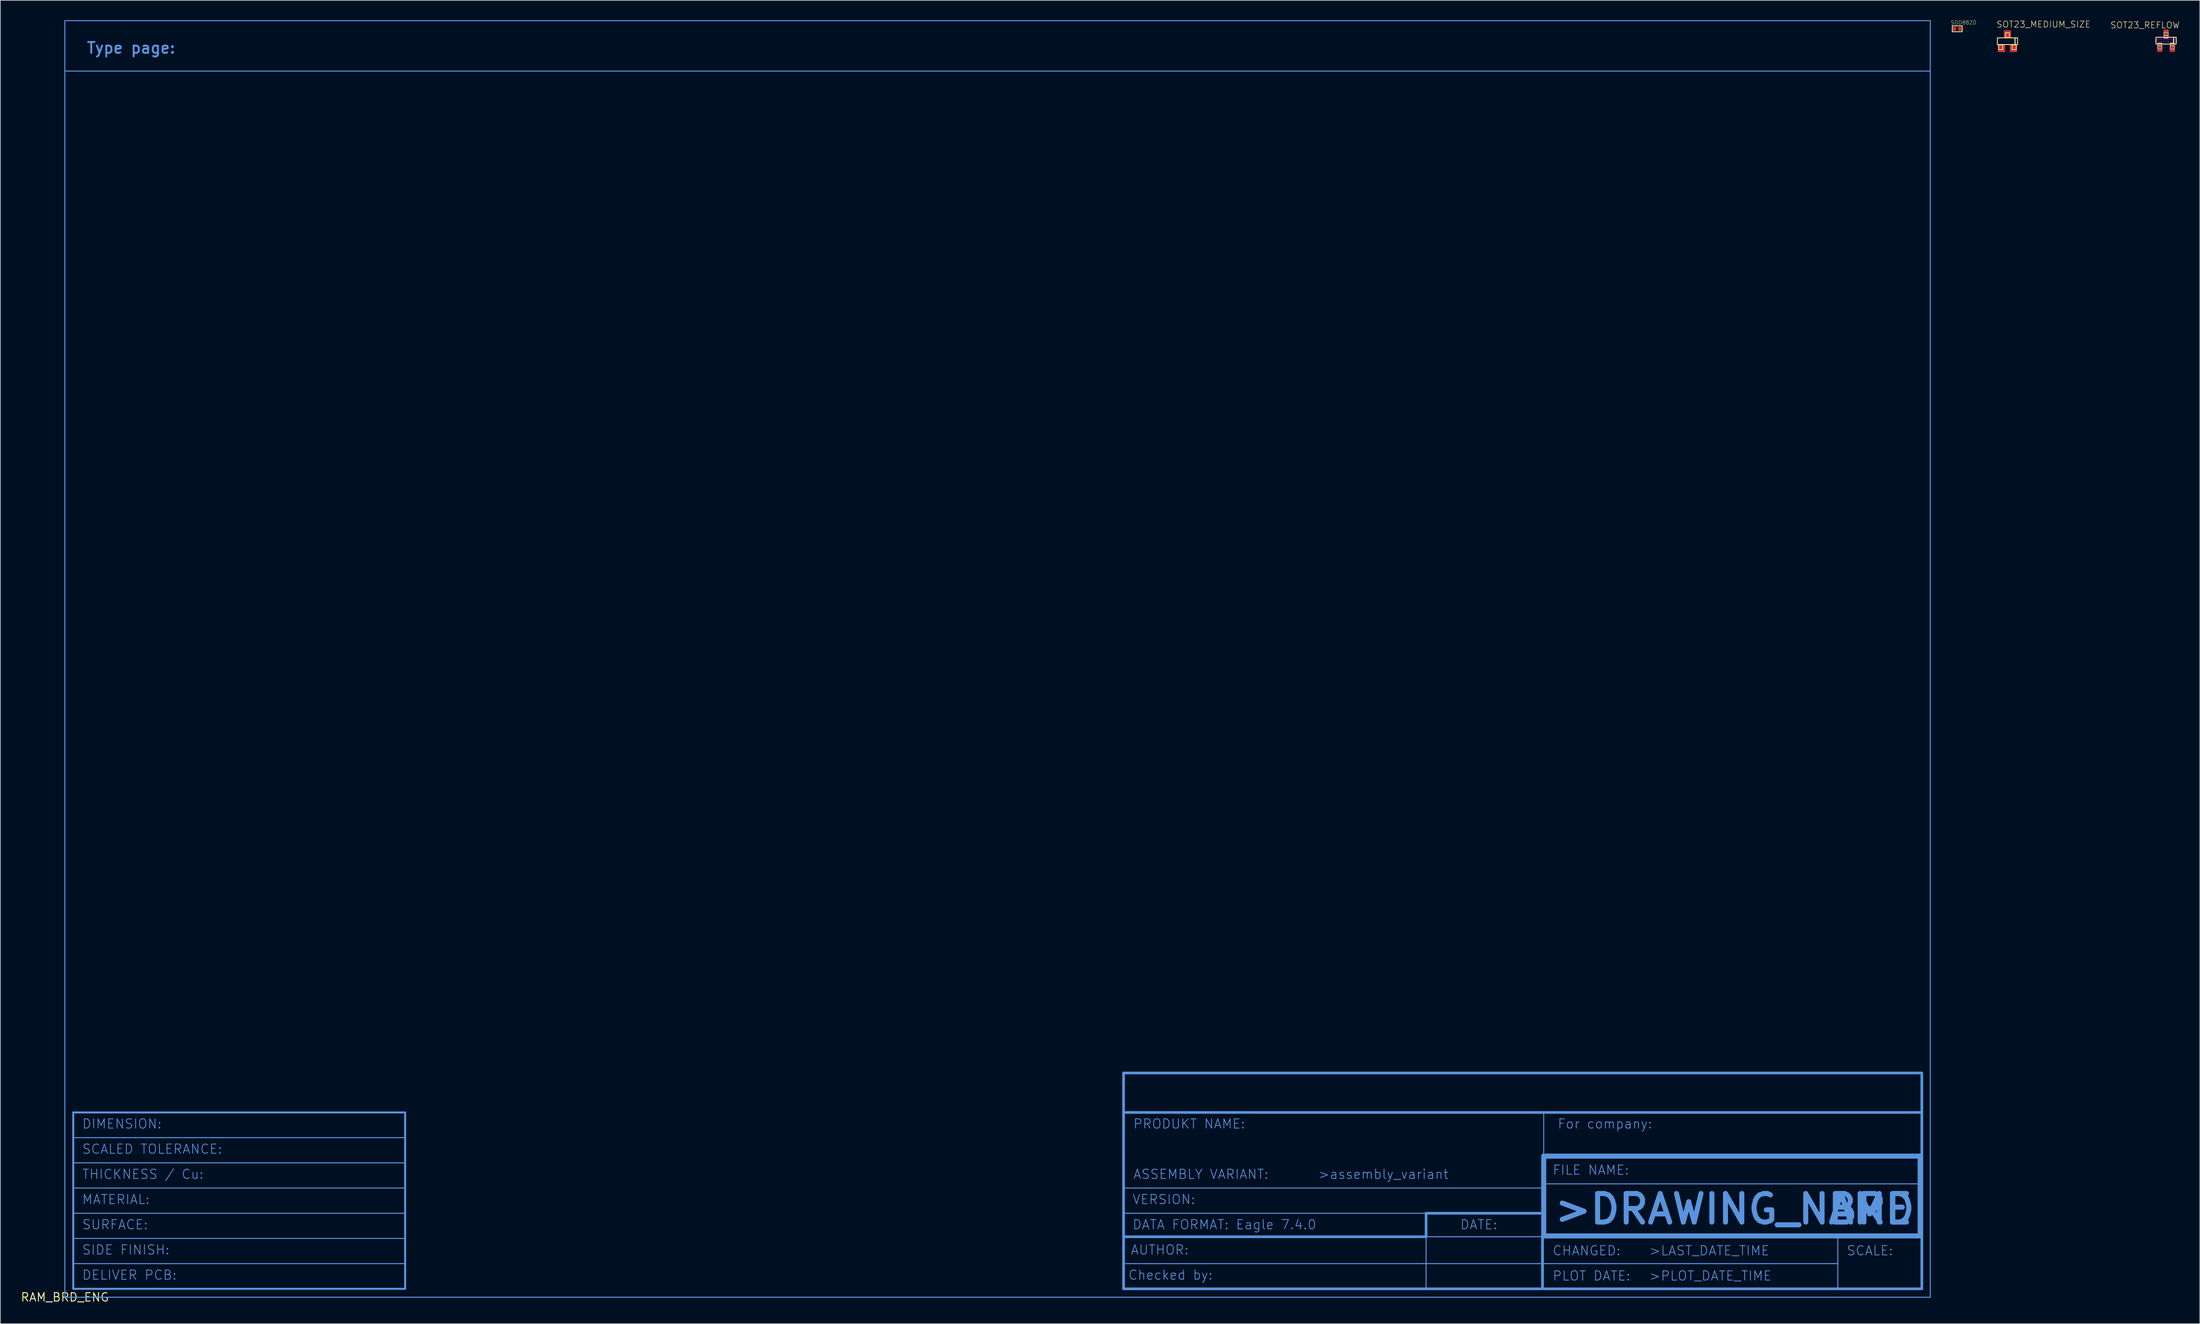
<source format=kicad_pcb>
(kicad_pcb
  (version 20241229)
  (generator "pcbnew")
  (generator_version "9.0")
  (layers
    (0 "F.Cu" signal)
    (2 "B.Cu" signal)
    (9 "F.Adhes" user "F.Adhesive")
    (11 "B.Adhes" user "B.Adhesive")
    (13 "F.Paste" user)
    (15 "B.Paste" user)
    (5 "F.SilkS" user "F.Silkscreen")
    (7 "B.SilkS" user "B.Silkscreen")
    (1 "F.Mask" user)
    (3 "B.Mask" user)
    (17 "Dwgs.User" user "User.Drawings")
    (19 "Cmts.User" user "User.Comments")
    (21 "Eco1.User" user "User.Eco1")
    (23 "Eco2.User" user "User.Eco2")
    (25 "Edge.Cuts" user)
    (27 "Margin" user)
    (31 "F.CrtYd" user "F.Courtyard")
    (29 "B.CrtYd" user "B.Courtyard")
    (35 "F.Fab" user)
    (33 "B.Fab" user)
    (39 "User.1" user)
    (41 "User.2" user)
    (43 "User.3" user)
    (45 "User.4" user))
  (footprint "RAM_BRD_ENG"
    (layer "F.Cu")
    (at 6.75 193.116)
    (property "Reference" "RAM_BRD_ENG" (at 0 0 0) (layer "F.SilkS") (effects (font (size 1.27 1.27) (thickness 0.15))))
    (fp_line (start 0 -193.04) (end 0 -185.42) (stroke (width 0.152) (type solid)) (layer "Cmts.User"))
    (fp_line (start 0 -185.42) (end 0 0) (stroke (width 0.152) (type solid)) (layer "Cmts.User"))
    (fp_line (start 0 -185.42) (end 281.94 -185.42) (stroke (width 0.152) (type solid)) (layer "Cmts.User"))
    (fp_line (start 0 0) (end 281.94 0) (stroke (width 0.152) (type solid)) (layer "Cmts.User"))
    (fp_line (start 1.27 -27.94) (end 1.27 -24.13) (stroke (width 0.305) (type solid)) (layer "Cmts.User"))
    (fp_line (start 1.27 -24.13) (end 1.27 -20.32) (stroke (width 0.305) (type solid)) (layer "Cmts.User"))
    (fp_line (start 1.27 -20.32) (end 1.27 -16.51) (stroke (width 0.305) (type solid)) (layer "Cmts.User"))
    (fp_line (start 1.27 -20.32) (end 51.435 -20.32) (stroke (width 0.152) (type solid)) (layer "Cmts.User"))
    (fp_line (start 1.27 -16.51) (end 1.27 -12.7) (stroke (width 0.152) (type solid)) (layer "Cmts.User"))
    (fp_line (start 1.27 -16.51) (end 1.27 -1.27) (stroke (width 0.305) (type solid)) (layer "Cmts.User"))
    (fp_line (start 1.27 -12.7) (end 1.27 -8.89) (stroke (width 0.152) (type solid)) (layer "Cmts.User"))
    (fp_line (start 1.27 -12.7) (end 51.435 -12.7) (stroke (width 0.152) (type solid)) (layer "Cmts.User"))
    (fp_line (start 1.27 -8.89) (end 1.27 -5.08) (stroke (width 0.152) (type solid)) (layer "Cmts.User"))
    (fp_line (start 1.27 -8.89) (end 51.435 -8.89) (stroke (width 0.152) (type solid)) (layer "Cmts.User"))
    (fp_line (start 1.27 -5.08) (end 1.27 -1.27) (stroke (width 0.152) (type solid)) (layer "Cmts.User"))
    (fp_line (start 1.27 -5.08) (end 51.435 -5.08) (stroke (width 0.152) (type solid)) (layer "Cmts.User"))
    (fp_line (start 1.27 -1.27) (end 51.435 -1.27) (stroke (width 0.305) (type solid)) (layer "Cmts.User"))
    (fp_line (start 51.435 -27.94) (end 1.27 -27.94) (stroke (width 0.305) (type solid)) (layer "Cmts.User"))
    (fp_line (start 51.435 -24.13) (end 1.27 -24.13) (stroke (width 0.152) (type solid)) (layer "Cmts.User"))
    (fp_line (start 51.435 -24.13) (end 51.435 -27.94) (stroke (width 0.305) (type solid)) (layer "Cmts.User"))
    (fp_line (start 51.435 -20.32) (end 51.435 -24.13) (stroke (width 0.305) (type solid)) (layer "Cmts.User"))
    (fp_line (start 51.435 -16.51) (end 1.27 -16.51) (stroke (width 0.152) (type solid)) (layer "Cmts.User"))
    (fp_line (start 51.435 -16.51) (end 51.435 -20.32) (stroke (width 0.305) (type solid)) (layer "Cmts.User"))
    (fp_line (start 51.435 -12.7) (end 51.435 -16.51) (stroke (width 0.305) (type solid)) (layer "Cmts.User"))
    (fp_line (start 51.435 -8.89) (end 51.435 -12.7) (stroke (width 0.305) (type solid)) (layer "Cmts.User"))
    (fp_line (start 51.435 -5.08) (end 51.435 -8.89) (stroke (width 0.305) (type solid)) (layer "Cmts.User"))
    (fp_line (start 51.435 -1.27) (end 51.435 -5.08) (stroke (width 0.305) (type solid)) (layer "Cmts.User"))
    (fp_line (start 160.02 -33.909) (end 280.67 -33.909) (stroke (width 0.406) (type solid)) (layer "Cmts.User"))
    (fp_line (start 160.02 -27.94) (end 160.02 -33.909) (stroke (width 0.406) (type solid)) (layer "Cmts.User"))
    (fp_line (start 160.02 -27.94) (end 160.02 -21.336) (stroke (width 0.406) (type solid)) (layer "Cmts.User"))
    (fp_line (start 160.02 -21.336) (end 160.02 -12.7) (stroke (width 0.406) (type solid)) (layer "Cmts.User"))
    (fp_line (start 160.02 -16.51) (end 160.02 -21.336) (stroke (width 0.152) (type solid)) (layer "Cmts.User"))
    (fp_line (start 160.02 -12.7) (end 205.74 -12.7) (stroke (width 0.152) (type solid)) (layer "Cmts.User"))
    (fp_line (start 160.02 -9.144) (end 160.02 -12.7) (stroke (width 0.406) (type solid)) (layer "Cmts.User"))
    (fp_line (start 160.02 -9.144) (end 205.74 -9.144) (stroke (width 0.406) (type solid)) (layer "Cmts.User"))
    (fp_line (start 160.02 -5.08) (end 160.02 -9.144) (stroke (width 0.406) (type solid)) (layer "Cmts.User"))
    (fp_line (start 160.02 -5.08) (end 223.215 -5.08) (stroke (width 0.152) (type solid)) (layer "Cmts.User"))
    (fp_line (start 160.02 -1.27) (end 160.02 -5.08) (stroke (width 0.406) (type solid)) (layer "Cmts.User"))
    (fp_line (start 205.74 -12.7) (end 205.74 -9.144) (stroke (width 0.406) (type solid)) (layer "Cmts.User"))
    (fp_line (start 205.74 -12.7) (end 223.52 -12.7) (stroke (width 0.406) (type solid)) (layer "Cmts.User"))
    (fp_line (start 205.74 -9.144) (end 205.74 -1.27) (stroke (width 0.152) (type solid)) (layer "Cmts.User"))
    (fp_line (start 205.74 -9.144) (end 223.215 -9.144) (stroke (width 0.152) (type solid)) (layer "Cmts.User"))
    (fp_line (start 205.74 -1.27) (end 160.02 -1.27) (stroke (width 0.406) (type solid)) (layer "Cmts.User"))
    (fp_line (start 205.74 -1.27) (end 223.215 -1.27) (stroke (width 0.406) (type solid)) (layer "Cmts.User"))
    (fp_line (start 223.215 -5.08) (end 223.215 -9.144) (stroke (width 0.152) (type solid)) (layer "Cmts.User"))
    (fp_line (start 223.215 -5.08) (end 223.215 -1.27) (stroke (width 0.152) (type solid)) (layer "Cmts.User"))
    (fp_line (start 223.215 -1.27) (end 223.52 -1.27) (stroke (width 0.305) (type solid)) (layer "Cmts.User"))
    (fp_line (start 223.342 -9.271) (end 223.52 -9.271) (stroke (width 0.406) (type solid)) (layer "Cmts.User"))
    (fp_line (start 223.342 -1.397) (end 223.342 -9.271) (stroke (width 0.406) (type solid)) (layer "Cmts.User"))
    (fp_line (start 223.52 -27.94) (end 160.02 -27.94) (stroke (width 0.406) (type solid)) (layer "Cmts.User"))
    (fp_line (start 223.52 -27.94) (end 223.52 -21.336) (stroke (width 0.152) (type solid)) (layer "Cmts.User"))
    (fp_line (start 223.52 -21.514) (end 223.52 -21.336) (stroke (width 0.406) (type solid)) (layer "Cmts.User"))
    (fp_line (start 223.52 -21.336) (end 223.52 -16.51) (stroke (width 0.152) (type solid)) (layer "Cmts.User"))
    (fp_line (start 223.52 -21.336) (end 280.416 -21.336) (stroke (width 0.762) (type solid)) (layer "Cmts.User"))
    (fp_line (start 223.52 -17.145) (end 223.52 -21.336) (stroke (width 0.762) (type solid)) (layer "Cmts.User"))
    (fp_line (start 223.52 -17.145) (end 280.416 -17.145) (stroke (width 0.152) (type solid)) (layer "Cmts.User"))
    (fp_line (start 223.52 -16.51) (end 160.02 -16.51) (stroke (width 0.152) (type solid)) (layer "Cmts.User"))
    (fp_line (start 223.52 -12.7) (end 223.52 -17.145) (stroke (width 0.762) (type solid)) (layer "Cmts.User"))
    (fp_line (start 223.52 -9.271) (end 223.52 -12.7) (stroke (width 0.762) (type solid)) (layer "Cmts.User"))
    (fp_line (start 223.52 -9.271) (end 280.416 -9.271) (stroke (width 0.762) (type solid)) (layer "Cmts.User"))
    (fp_line (start 223.52 -1.27) (end 223.342 -1.397) (stroke (width 0.152) (type solid)) (layer "Cmts.User"))
    (fp_line (start 223.52 -1.27) (end 267.97 -1.27) (stroke (width 0.406) (type solid)) (layer "Cmts.User"))
    (fp_line (start 267.97 -9.525) (end 267.97 -5.08) (stroke (width 0.152) (type solid)) (layer "Cmts.User"))
    (fp_line (start 267.97 -5.08) (end 223.393 -5.08) (stroke (width 0.152) (type solid)) (layer "Cmts.User"))
    (fp_line (start 267.97 -5.08) (end 267.97 -1.27) (stroke (width 0.152) (type solid)) (layer "Cmts.User"))
    (fp_line (start 267.97 -1.27) (end 280.67 -1.27) (stroke (width 0.406) (type solid)) (layer "Cmts.User"))
    (fp_line (start 280.416 -21.336) (end 280.416 -17.145) (stroke (width 0.762) (type solid)) (layer "Cmts.User"))
    (fp_line (start 280.416 -21.336) (end 280.67 -21.336) (stroke (width 0.254) (type solid)) (layer "Cmts.User"))
    (fp_line (start 280.416 -17.145) (end 280.416 -9.271) (stroke (width 0.762) (type solid)) (layer "Cmts.User"))
    (fp_line (start 280.67 -33.909) (end 280.67 -27.94) (stroke (width 0.406) (type solid)) (layer "Cmts.User"))
    (fp_line (start 280.67 -27.94) (end 223.52 -27.94) (stroke (width 0.406) (type solid)) (layer "Cmts.User"))
    (fp_line (start 280.67 -21.336) (end 280.67 -27.94) (stroke (width 0.406) (type solid)) (layer "Cmts.User"))
    (fp_line (start 280.67 -21.336) (end 280.67 -1.27) (stroke (width 0.406) (type solid)) (layer "Cmts.User"))
    (fp_line (start 281.94 -193.04) (end 0 -193.04) (stroke (width 0.152) (type solid)) (layer "Cmts.User"))
    (fp_line (start 281.94 -185.42) (end 281.94 -193.04) (stroke (width 0.152) (type solid)) (layer "Cmts.User"))
    (fp_line (start 281.94 0) (end 281.94 -185.42) (stroke (width 0.152) (type solid)) (layer "Cmts.User"))
    (fp_text user ">LAST_DATE_TIME" (at 239.395 -6.223 0) (layer "Cmts.User") (effects (font (size 1.402 1.402) (thickness 0.122)) (justify left bottom)))
    (fp_text user "CHANGED:" (at 224.79 -6.223 0) (layer "Cmts.User") (effects (font (size 1.402 1.402) (thickness 0.122)) (justify left bottom)))
    (fp_text user "DIMENSION:" (at 2.54 -25.4 0) (layer "Cmts.User") (effects (font (size 1.402 1.402) (thickness 0.122)) (justify left bottom)))
    (fp_text user "PRODUKT NAME:" (at 161.417 -25.4 0) (layer "Cmts.User") (effects (font (size 1.402 1.402) (thickness 0.122)) (justify left bottom)))
    (fp_text user "Checked by:" (at 160.655 -2.54 0) (layer "Cmts.User") (effects (font (size 1.402 1.402) (thickness 0.122)) (justify left bottom)))
    (fp_text user "For company:" (at 225.552 -25.4 0) (layer "Cmts.User") (effects (font (size 1.402 1.402) (thickness 0.122)) (justify left bottom)))
    (fp_text user "THICKNESS / Cu:" (at 2.54 -17.78 0) (layer "Cmts.User") (effects (font (size 1.402 1.402) (thickness 0.122)) (justify left bottom)))
    (fp_text user "SURFACE:" (at 2.54 -10.16 0) (layer "Cmts.User") (effects (font (size 1.402 1.402) (thickness 0.122)) (justify left bottom)))
    (fp_text user "BRD" (at 266.065 -10.795 0) (layer "Cmts.User") (effects (font (size 4.318 4.318) (thickness 0.762)) (justify left bottom)))
    (fp_text user ">assembly_variant" (at 189.357 -17.78 0) (layer "Cmts.User") (effects (font (size 1.402 1.402) (thickness 0.122)) (justify left bottom)))
    (fp_text user "Type page:" (at 3.175 -187.96 0) (layer "Cmts.User") (effects (font (size 1.641 1.641) (thickness 0.29)) (justify left bottom)))
    (fp_text user "VERSION:" (at 161.29 -13.97 0) (layer "Cmts.User") (effects (font (size 1.402 1.402) (thickness 0.122)) (justify left bottom)))
    (fp_text user ">PLOT_DATE_TIME" (at 239.395 -2.413 0) (layer "Cmts.User") (effects (font (size 1.402 1.402) (thickness 0.122)) (justify left bottom)))
    (fp_text user "AUTHOR:" (at 161.036 -6.35 0) (layer "Cmts.User") (effects (font (size 1.402 1.402) (thickness 0.122)) (justify left bottom)))
    (fp_text user "SCALED TOLERANCE:" (at 2.54 -21.59 0) (layer "Cmts.User") (effects (font (size 1.402 1.402) (thickness 0.122)) (justify left bottom)))
    (fp_text user ">DRAWING_NAME" (at 224.79 -10.795 0) (layer "Cmts.User") (effects (font (size 4.318 4.318) (thickness 0.762)) (justify left bottom)))
    (fp_text user "PLOT DATE:" (at 224.79 -2.413 0) (layer "Cmts.User") (effects (font (size 1.402 1.402) (thickness 0.122)) (justify left bottom)))
    (fp_text user "DELIVER PCB:" (at 2.54 -2.54 0) (layer "Cmts.User") (effects (font (size 1.402 1.402) (thickness 0.122)) (justify left bottom)))
    (fp_text user "FILE NAME:" (at 224.79 -18.415 0) (layer "Cmts.User") (effects (font (size 1.402 1.402) (thickness 0.122)) (justify left bottom)))
    (fp_text user "ASSEMBLY VARIANT:" (at 161.417 -17.78 0) (layer "Cmts.User") (effects (font (size 1.402 1.402) (thickness 0.122)) (justify left bottom)))
    (fp_text user "SIDE FINISH:" (at 2.54 -6.35 0) (layer "Cmts.User") (effects (font (size 1.402 1.402) (thickness 0.122)) (justify left bottom)))
    (fp_text user "DATA FORMAT: Eagle 7.4.0" (at 161.29 -10.16 0) (layer "Cmts.User") (effects (font (size 1.402 1.402) (thickness 0.122)) (justify left bottom)))
    (fp_text user "DATE:" (at 210.82 -10.16 0) (layer "Cmts.User") (effects (font (size 1.402 1.402) (thickness 0.122)) (justify left bottom)))
    (fp_text user "MATERIAL:" (at 2.54 -13.97 0) (layer "Cmts.User") (effects (font (size 1.402 1.402) (thickness 0.122)) (justify left bottom)))
    (fp_text user "SCALE:" (at 269.24 -6.223 0) (layer "Cmts.User") (effects (font (size 1.402 1.402) (thickness 0.122)) (justify left bottom))))
  (footprint "SOD882D"
    (layer "F.Cu")
    (at 292.767 1.299)
    (property "Reference" "SOD882D" (at -1 -0.6 0) (layer "F.SilkS") (effects (font (size 0.565 0.565) (thickness 0.045)) (justify left bottom)))
    (attr smd)
    (fp_line (start -0.75 -0.45) (end -0.75 0.45) (stroke (width 0.127) (type solid)) (layer "F.SilkS"))
    (fp_line (start -0.75 0.45) (end 0.75 0.45) (stroke (width 0.127) (type solid)) (layer "F.SilkS"))
    (fp_line (start 0.75 -0.45) (end -0.75 -0.45) (stroke (width 0.127) (type solid)) (layer "F.SilkS"))
    (fp_line (start 0.75 0.45) (end 0.75 -0.45) (stroke (width 0.127) (type solid)) (layer "F.SilkS"))
    (fp_poly (pts (xy -0.5 0.25) (xy -0.2 0.25) (xy -0.2 -0.25) (xy -0.5 -0.25)) (stroke (width 0.1) (type solid)) (fill no) (layer "F.Paste"))
    (fp_poly (pts (xy 0.2 0.25) (xy 0.5 0.25) (xy 0.5 -0.25) (xy 0.2 -0.25)) (stroke (width 0.1) (type solid)) (fill no) (layer "F.Paste"))
    (pad "1" smd rect (at -0.4 0 90) (size 0.6 0.5) (layers "F.Cu" "F.Mask"))
    (pad "2" smd rect (at 0.4 0 90) (size 0.6 0.5) (layers "F.Cu" "F.Mask")))
  (footprint "SOT23_REFLOW"
    (layer "F.Cu")
    (at 324.333 3.1)
    (property "Reference" "SOT23_REFLOW" (at 2.1 -2.9 0) (layer "F.SilkS") (effects (font (size 0.935 0.935) (thickness 0.081)) (justify right top)))
    (attr smd)
    (fp_line (start -1.524 -0.508) (end 1.143 -0.508) (stroke (width 0.127) (type solid)) (layer "F.SilkS"))
    (fp_line (start -1.524 0.508) (end -1.524 -0.508) (stroke (width 0.127) (type solid)) (layer "F.SilkS"))
    (fp_line (start 1.143 -0.508) (end 1.524 -0.508) (stroke (width 0.127) (type solid)) (layer "F.SilkS"))
    (fp_line (start 1.143 0.508) (end -1.524 0.508) (stroke (width 0.127) (type solid)) (layer "F.SilkS"))
    (fp_line (start 1.143 0.508) (end 1.143 -0.508) (stroke (width 0.152) (type solid)) (layer "F.SilkS"))
    (fp_line (start 1.524 -0.508) (end 1.524 0.508) (stroke (width 0.127) (type solid)) (layer "F.SilkS"))
    (fp_line (start 1.524 0.508) (end 1.143 0.508) (stroke (width 0.127) (type solid)) (layer "F.SilkS"))
    (fp_poly (pts (xy -1.25 0.762) (xy -0.65 0.762) (xy -0.65 0.381) (xy -1.25 0.381)) (stroke (width 0.1) (type solid)) (fill no) (layer "F.SilkS"))
    (fp_poly (pts (xy -0.305 -0.381) (xy 0.305 -0.381) (xy 0.305 -0.762) (xy -0.305 -0.762)) (stroke (width 0.1) (type solid)) (fill no) (layer "F.SilkS"))
    (fp_poly (pts (xy 0.65 0.762) (xy 1.25 0.762) (xy 1.25 0.381) (xy 0.65 0.381)) (stroke (width 0.1) (type solid)) (fill no) (layer "F.SilkS"))
    (fp_poly (pts (xy -1.65 0.15) (xy 1.65 0.15) (xy 1.65 -0.15) (xy -1.65 -0.15)) (stroke (width 0.1) (type solid)) (fill no) (layer "F.Adhes"))
    (fp_poly (pts (xy -1.25 1.27) (xy -0.65 1.27) (xy -0.65 0.559) (xy -1.25 0.559)) (stroke (width 0.1) (type solid)) (fill no) (layer "F.Fab"))
    (fp_poly (pts (xy -0.305 -0.559) (xy 0.305 -0.559) (xy 0.305 -1.27) (xy -0.305 -1.27)) (stroke (width 0.1) (type solid)) (fill no) (layer "F.Fab"))
    (fp_poly (pts (xy -0.305 -0.559) (xy 0.305 -0.559) (xy 0.305 -1.27) (xy -0.305 -1.27)) (stroke (width 0.1) (type solid)) (fill no) (layer "F.Fab"))
    (fp_poly (pts (xy 0.65 1.27) (xy 1.25 1.27) (xy 1.25 0.559) (xy 0.65 0.559)) (stroke (width 0.1) (type solid)) (fill no) (layer "F.Fab"))
    (pad "1" smd rect (at 0.95 1.2) (size 0.8 1) (layers "F.Cu" "F.Mask" "F.Paste"))
    (pad "2" smd rect (at -0.95 1.2) (size 0.8 1) (layers "F.Cu" "F.Mask" "F.Paste"))
    (pad "3" smd rect (at 0 -1.2) (size 0.8 1) (layers "F.Cu" "F.Mask" "F.Paste")))
  (footprint "SOT23_MEDIUM_SIZE"
    (layer "F.Cu")
    (at 300.361 3.179)
    (property "Reference" "SOT23_MEDIUM_SIZE" (at -1.7 -2 0) (layer "F.SilkS") (effects (font (size 0.935 0.935) (thickness 0.081)) (justify left bottom)))
    (attr smd)
    (fp_line (start -1.524 -0.508) (end 1.143 -0.508) (stroke (width 0.127) (type solid)) (layer "F.SilkS"))
    (fp_line (start -1.524 0.508) (end -1.524 -0.508) (stroke (width 0.127) (type solid)) (layer "F.SilkS"))
    (fp_line (start 1.143 -0.508) (end 1.524 -0.508) (stroke (width 0.127) (type solid)) (layer "F.SilkS"))
    (fp_line (start 1.143 0.508) (end -1.524 0.508) (stroke (width 0.127) (type solid)) (layer "F.SilkS"))
    (fp_line (start 1.143 0.508) (end 1.143 -0.508) (stroke (width 0.152) (type solid)) (layer "F.SilkS"))
    (fp_line (start 1.524 -0.508) (end 1.524 0.508) (stroke (width 0.127) (type solid)) (layer "F.SilkS"))
    (fp_line (start 1.524 0.508) (end 1.143 0.508) (stroke (width 0.127) (type solid)) (layer "F.SilkS"))
    (fp_poly (pts (xy -1.321 1.27) (xy -0.711 1.27) (xy -0.711 0.559) (xy -1.321 0.559)) (stroke (width 0.1) (type solid)) (fill no) (layer "F.SilkS"))
    (fp_poly (pts (xy -0.305 -0.559) (xy 0.305 -0.559) (xy 0.305 -1.27) (xy -0.305 -1.27)) (stroke (width 0.1) (type solid)) (fill no) (layer "F.SilkS"))
    (fp_poly (pts (xy 0.711 1.27) (xy 1.321 1.27) (xy 1.321 0.559) (xy 0.711 0.559)) (stroke (width 0.1) (type solid)) (fill no) (layer "F.SilkS"))
    (fp_poly (pts (xy -1.4 1.5) (xy -0.4 1.5) (xy -0.4 0.6) (xy -1.4 0.6)) (stroke (width 0.1) (type solid)) (fill no) (layer "F.Paste"))
    (fp_poly (pts (xy -0.45 -0.6) (xy 0.45 -0.6) (xy 0.45 -1.55) (xy -0.45 -1.55)) (stroke (width 0.1) (type solid)) (fill no) (layer "F.Paste"))
    (fp_poly (pts (xy 0.4 1.5) (xy 1.4 1.5) (xy 1.4 0.6) (xy 0.4 0.6)) (stroke (width 0.1) (type solid)) (fill no) (layer "F.Paste"))
    (pad "1" smd rect (at -0.9 1.1) (size 1.1 1.1) (layers "F.Cu" "F.Mask"))
    (pad "2" smd rect (at 0.9 1.1) (size 1.1 1.1) (layers "F.Cu" "F.Mask"))
    (pad "3" smd rect (at 0 -1.1) (size 1.1 1.1) (layers "F.Cu" "F.Mask")))
  (gr_rect
    (start -3 -3)
    (end 329.433 197.122)
    (stroke (width 0.1) (type default))
    (fill no)
    (layer "Edge.Cuts")))
</source>
